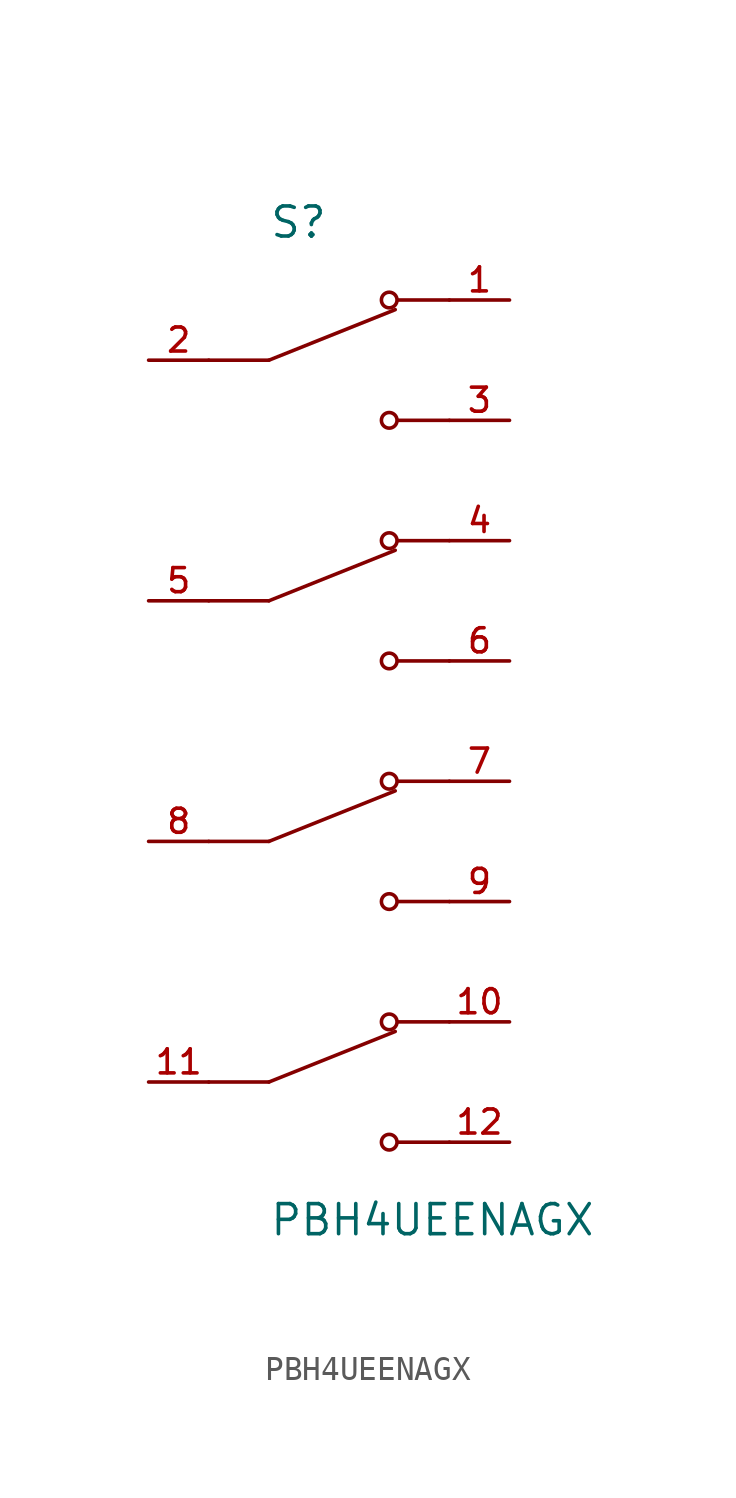
<source format=kicad_sym>
(kicad_symbol_lib
  (version 20211014)
  (generator kicad_symbol_editor)
  (symbol "PBH4UEENAGX"
    (pin_names
      (offset 1.016))
    (property "Reference" "S"
      (at -2.54 20.32 0)
      (effects (font (size 1.27 1.27)) (justify bottom left)))
    (property "Value" "PBH4UEENAGX"
      (at -2.54 -20.32 0)
      (effects (font (size 1.27 1.27)) (justify top left)))
    (symbol "PBH4UEENAGX_0_0"
      (polyline (pts (xy -2.54 15.24) (xy 2.794 17.374)) (stroke (width 0.152)))
      (circle (center 2.54 17.78) (radius 0.33) (stroke (width 0.152)) (fill (type none)))
      (circle (center 2.54 12.7) (radius 0.33) (stroke (width 0.152)) (fill (type none)))
      (polyline (pts (xy 5.08 12.7) (xy 2.921 12.7)) (stroke (width 0.152)))
      (polyline (pts (xy 5.08 17.78) (xy 2.921 17.78)) (stroke (width 0.152)))
      (polyline (pts (xy -2.54 15.24) (xy -5.08 15.24)) (stroke (width 0.152)))
      (polyline (pts (xy -2.54 5.08) (xy 2.794 7.214)) (stroke (width 0.152)))
      (circle (center 2.54 7.62) (radius 0.33) (stroke (width 0.152)) (fill (type none)))
      (circle (center 2.54 2.54) (radius 0.33) (stroke (width 0.152)) (fill (type none)))
      (polyline (pts (xy 5.08 2.54) (xy 2.921 2.54)) (stroke (width 0.152)))
      (polyline (pts (xy 5.08 7.62) (xy 2.921 7.62)) (stroke (width 0.152)))
      (polyline (pts (xy -2.54 5.08) (xy -5.08 5.08)) (stroke (width 0.152)))
      (polyline (pts (xy -2.54 -5.08) (xy 2.794 -2.946)) (stroke (width 0.152)))
      (circle (center 2.54 -2.54) (radius 0.33) (stroke (width 0.152)) (fill (type none)))
      (circle (center 2.54 -7.62) (radius 0.33) (stroke (width 0.152)) (fill (type none)))
      (polyline (pts (xy 5.08 -7.62) (xy 2.921 -7.62)) (stroke (width 0.152)))
      (polyline (pts (xy 5.08 -2.54) (xy 2.921 -2.54)) (stroke (width 0.152)))
      (polyline (pts (xy -2.54 -5.08) (xy -5.08 -5.08)) (stroke (width 0.152)))
      (polyline (pts (xy -2.54 -15.24) (xy 2.794 -13.106)) (stroke (width 0.152)))
      (circle (center 2.54 -12.7) (radius 0.33) (stroke (width 0.152)) (fill (type none)))
      (circle (center 2.54 -17.78) (radius 0.33) (stroke (width 0.152)) (fill (type none)))
      (polyline (pts (xy 5.08 -17.78) (xy 2.921 -17.78)) (stroke (width 0.152)))
      (polyline (pts (xy 5.08 -12.7) (xy 2.921 -12.7)) (stroke (width 0.152)))
      (polyline (pts (xy -2.54 -15.24) (xy -5.08 -15.24)) (stroke (width 0.152)))
      (pin passive line (at 7.62 17.78 180.0) (length 2.54) (name "~" (effects (font (size 1.016 1.016)))) (number "1" (effects (font (size 1.016 1.016)))))
      (pin passive line (at -7.62 15.24 0) (length 2.54) (name "~" (effects (font (size 1.016 1.016)))) (number "2" (effects (font (size 1.016 1.016)))))
      (pin passive line (at 7.62 12.7 180.0) (length 2.54) (name "~" (effects (font (size 1.016 1.016)))) (number "3" (effects (font (size 1.016 1.016)))))
      (pin passive line (at 7.62 7.62 180.0) (length 2.54) (name "~" (effects (font (size 1.016 1.016)))) (number "4" (effects (font (size 1.016 1.016)))))
      (pin passive line (at -7.62 5.08 0) (length 2.54) (name "~" (effects (font (size 1.016 1.016)))) (number "5" (effects (font (size 1.016 1.016)))))
      (pin passive line (at 7.62 2.54 180.0) (length 2.54) (name "~" (effects (font (size 1.016 1.016)))) (number "6" (effects (font (size 1.016 1.016)))))
      (pin passive line (at 7.62 -2.54 180.0) (length 2.54) (name "~" (effects (font (size 1.016 1.016)))) (number "7" (effects (font (size 1.016 1.016)))))
      (pin passive line (at -7.62 -5.08 0) (length 2.54) (name "~" (effects (font (size 1.016 1.016)))) (number "8" (effects (font (size 1.016 1.016)))))
      (pin passive line (at 7.62 -7.62 180.0) (length 2.54) (name "~" (effects (font (size 1.016 1.016)))) (number "9" (effects (font (size 1.016 1.016)))))
      (pin passive line (at 7.62 -12.7 180.0) (length 2.54) (name "~" (effects (font (size 1.016 1.016)))) (number "10" (effects (font (size 1.016 1.016)))))
      (pin passive line (at -7.62 -15.24 0) (length 2.54) (name "~" (effects (font (size 1.016 1.016)))) (number "11" (effects (font (size 1.016 1.016)))))
      (pin passive line (at 7.62 -17.78 180.0) (length 2.54) (name "~" (effects (font (size 1.016 1.016)))) (number "12" (effects (font (size 1.016 1.016))))))))
</source>
